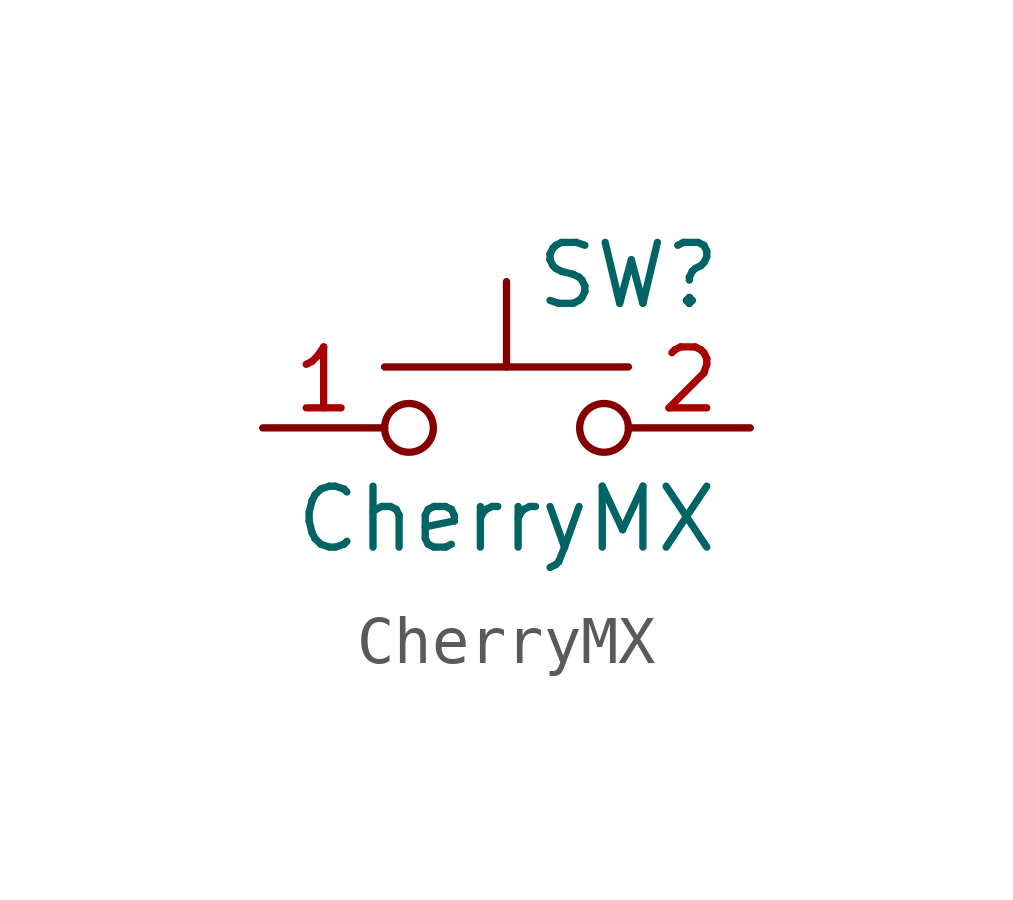
<source format=kicad_sym>
(kicad_symbol_lib
  (version 20231120)
  (generator "kicad_symbol_editor")
  (generator_version "8.0")
  (symbol "CherryMX"
    (pin_names
      (offset 0.254))
    (property "Reference" "SW"
      (at 2.54 3.175 0)
      (effects (font (size 1.27 1.27))))
    (property "Value" "CherryMX"
      (at 0 -1.905 0)
      (effects (font (size 1.27 1.27))))
    (symbol "CherryMX_1_1"
      (circle (center -2.032 0) (radius 0.508) (stroke (width 0) (type solid)) (fill (type none)))
      (polyline (pts (xy 0 1.27) (xy 0 3.048)) (stroke (width 0) (type solid)) (fill (type none)))
      (polyline (pts (xy 2.54 1.27) (xy -2.54 1.27)) (stroke (width 0) (type solid)) (fill (type none)))
      (circle (center 2.032 0) (radius 0.508) (stroke (width 0) (type solid)) (fill (type none)))
      (pin passive line (at -5.08 0 0) (length 2.54) (name "~" (effects (font (size 1.27 1.27)))) (number "1" (effects (font (size 1.27 1.27)))))
      (pin passive line (at 5.08 0 180) (length 2.54) (name "~" (effects (font (size 1.27 1.27)))) (number "2" (effects (font (size 1.27 1.27))))))))
</source>
